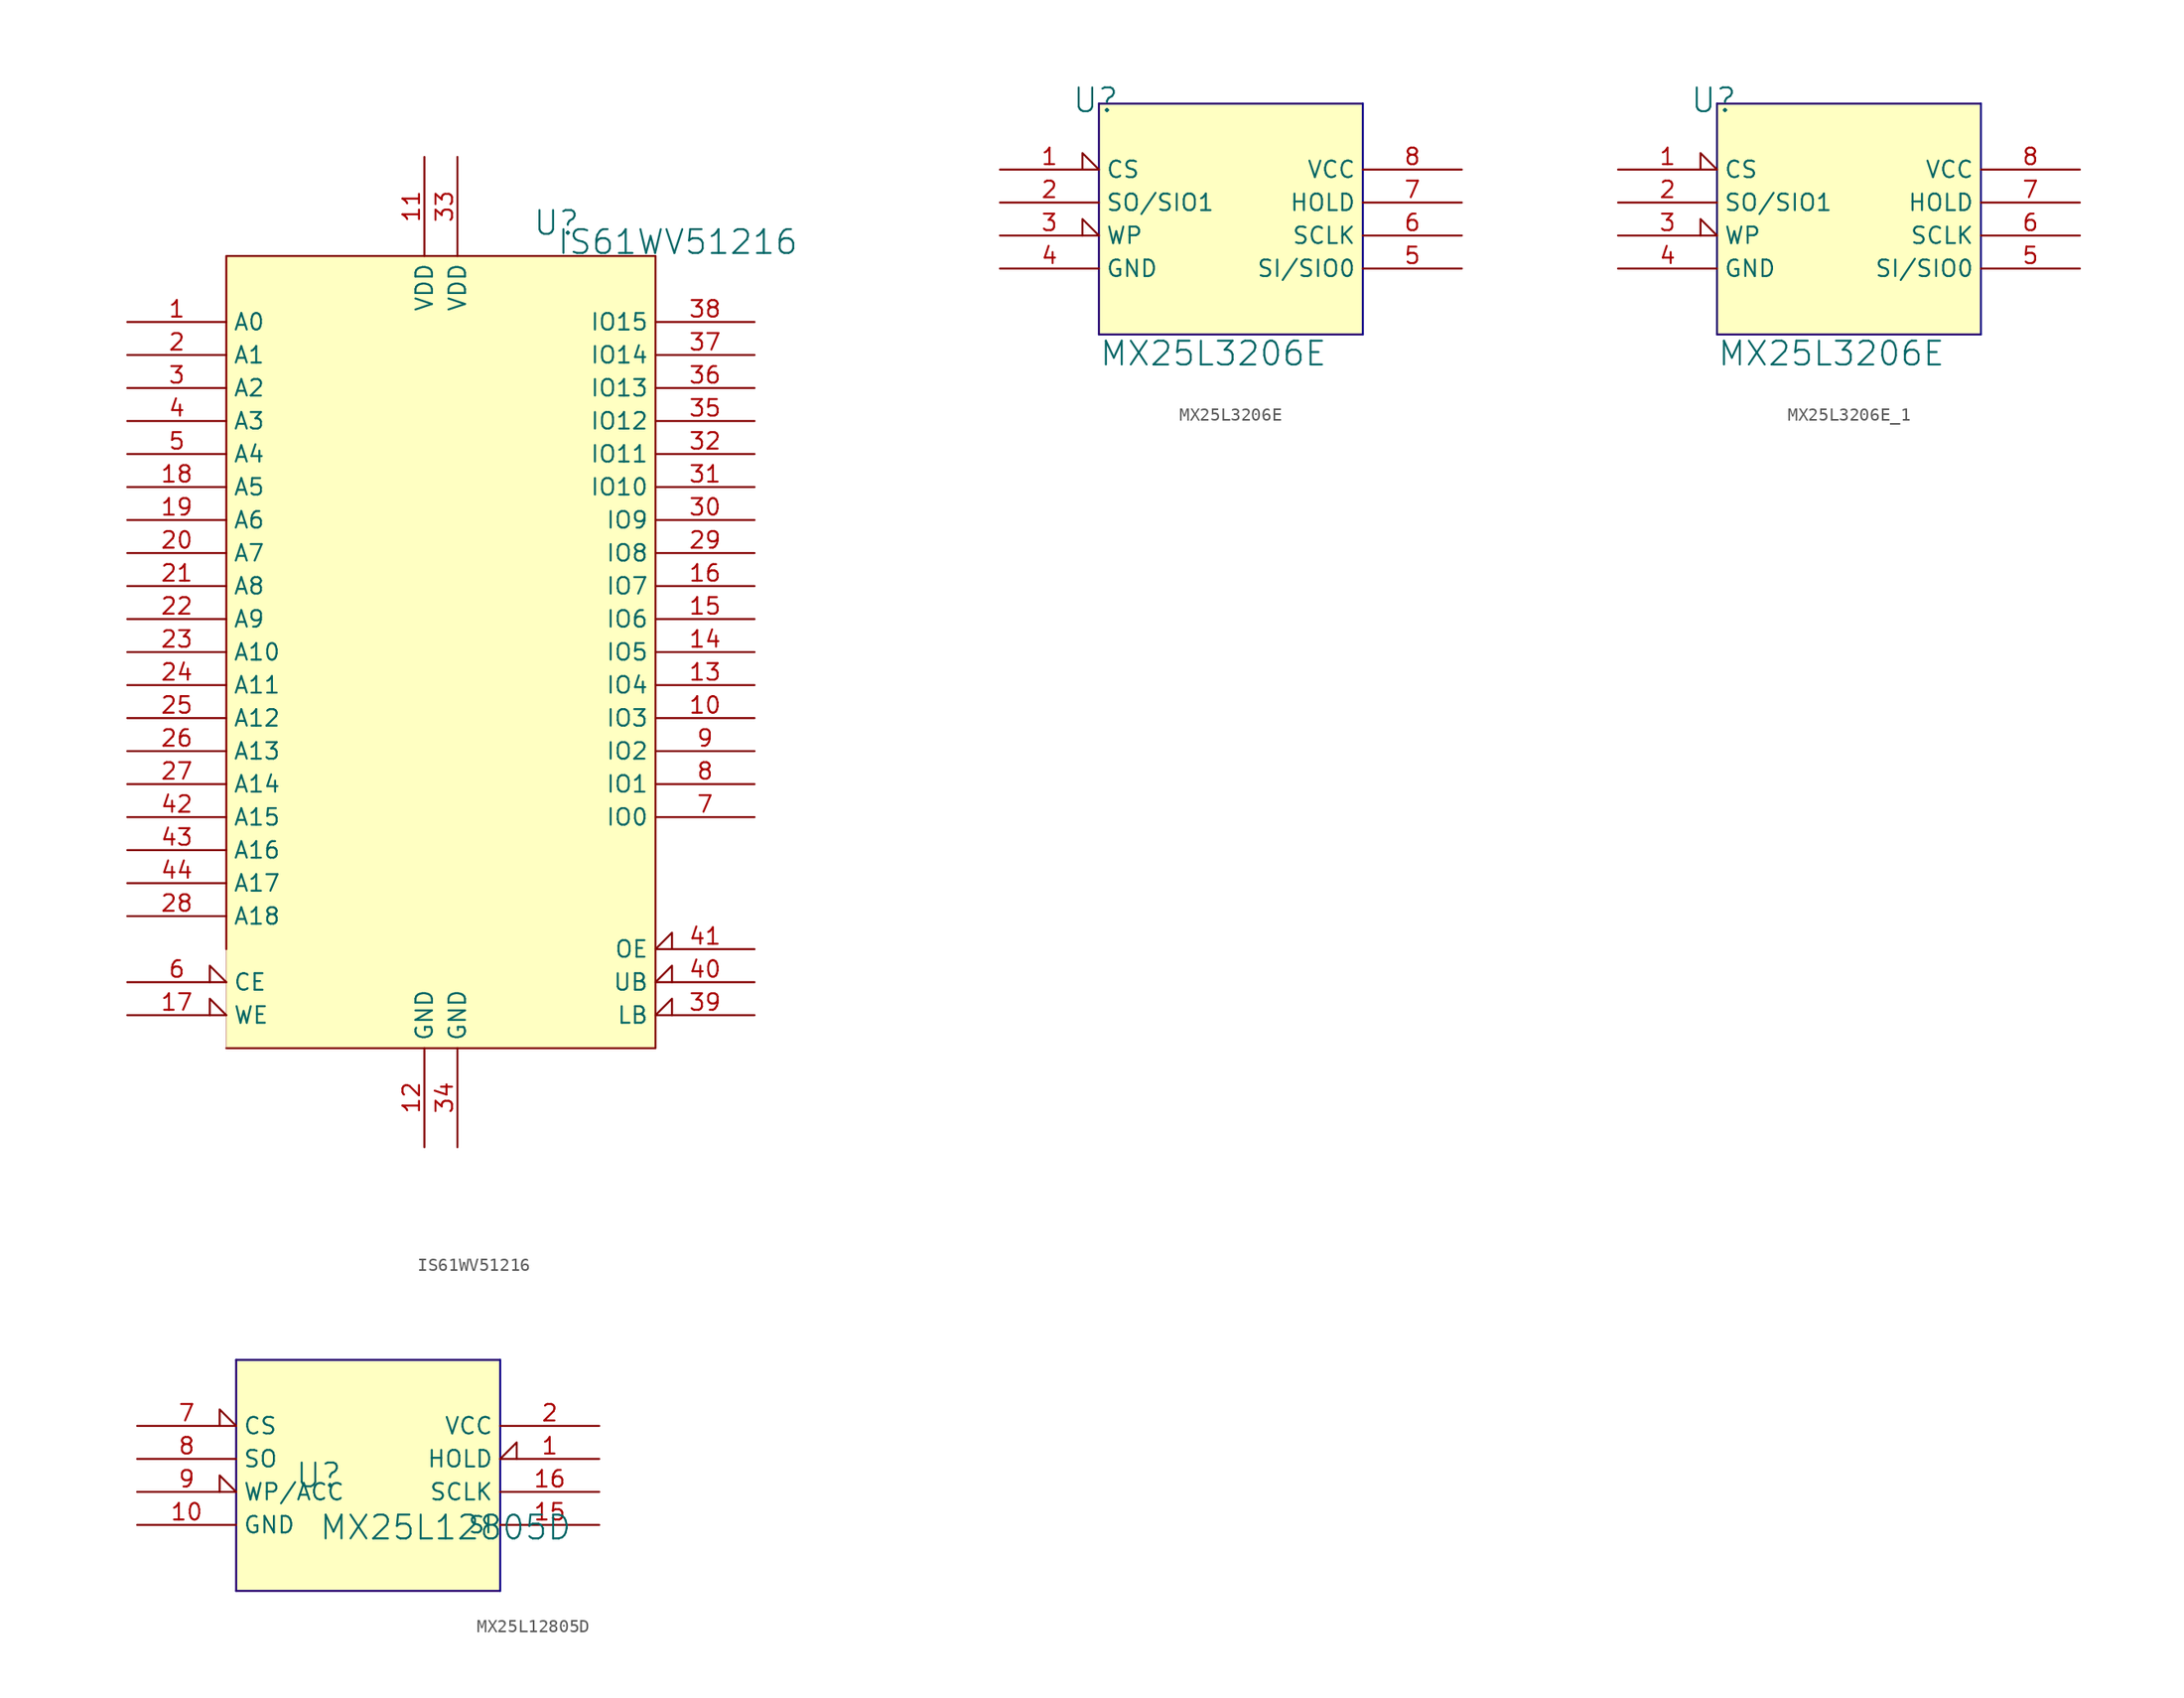
<source format=kicad_sym>
(kicad_symbol_lib
  (version 20241209)
  (generator "kicad_symbol_editor")
  (generator_version "9.0")
  (symbol "IS61WV51216"
    (property "Reference" "U"
      (at -25.4 53.34 0)
      (effects (font (size 1.829 1.829))))
    (property "Value" "IS61WV51216"
      (at -25.4 50.8 0)
      (effects (font (size 1.829 1.829)) (justify left bottom)))
    (symbol "IS61WV51216_1_0"
      (polyline (pts (xy -50.8 -2.54) (xy -50.8 50.8) (xy -17.78 50.8) (xy -17.78 -10.16) (xy -50.8 -10.16)) (stroke (width 0) (type solid)) (fill (type none)))
      (rectangle (start -17.78 50.8) (end -50.8 -10.16) (stroke (width 0.025) (type solid) (color 128 0 0 1)) (fill (type background)))
      (pin passive line (at -58.42 45.72 0) (length 7.62) (name "A0" (effects (font (size 1.27 1.27)))) (number "1" (effects (font (size 1.27 1.27)))))
      (pin passive line (at -58.42 43.18 0) (length 7.62) (name "A1" (effects (font (size 1.27 1.27)))) (number "2" (effects (font (size 1.27 1.27)))))
      (pin passive line (at -58.42 40.64 0) (length 7.62) (name "A2" (effects (font (size 1.27 1.27)))) (number "3" (effects (font (size 1.27 1.27)))))
      (pin passive line (at -58.42 38.1 0) (length 7.62) (name "A3" (effects (font (size 1.27 1.27)))) (number "4" (effects (font (size 1.27 1.27)))))
      (pin passive line (at -58.42 35.56 0) (length 7.62) (name "A4" (effects (font (size 1.27 1.27)))) (number "5" (effects (font (size 1.27 1.27)))))
      (pin passive line (at -58.42 33.02 0) (length 7.62) (name "A5" (effects (font (size 1.27 1.27)))) (number "18" (effects (font (size 1.27 1.27)))))
      (pin passive line (at -58.42 30.48 0) (length 7.62) (name "A6" (effects (font (size 1.27 1.27)))) (number "19" (effects (font (size 1.27 1.27)))))
      (pin passive line (at -58.42 27.94 0) (length 7.62) (name "A7" (effects (font (size 1.27 1.27)))) (number "20" (effects (font (size 1.27 1.27)))))
      (pin passive line (at -58.42 25.4 0) (length 7.62) (name "A8" (effects (font (size 1.27 1.27)))) (number "21" (effects (font (size 1.27 1.27)))))
      (pin passive line (at -58.42 22.86 0) (length 7.62) (name "A9" (effects (font (size 1.27 1.27)))) (number "22" (effects (font (size 1.27 1.27)))))
      (pin passive line (at -58.42 20.32 0) (length 7.62) (name "A10" (effects (font (size 1.27 1.27)))) (number "23" (effects (font (size 1.27 1.27)))))
      (pin passive line (at -58.42 17.78 0) (length 7.62) (name "A11" (effects (font (size 1.27 1.27)))) (number "24" (effects (font (size 1.27 1.27)))))
      (pin passive line (at -58.42 15.24 0) (length 7.62) (name "A12" (effects (font (size 1.27 1.27)))) (number "25" (effects (font (size 1.27 1.27)))))
      (pin passive line (at -58.42 12.7 0) (length 7.62) (name "A13" (effects (font (size 1.27 1.27)))) (number "26" (effects (font (size 1.27 1.27)))))
      (pin passive line (at -58.42 10.16 0) (length 7.62) (name "A14" (effects (font (size 1.27 1.27)))) (number "27" (effects (font (size 1.27 1.27)))))
      (pin passive line (at -58.42 7.62 0) (length 7.62) (name "A15" (effects (font (size 1.27 1.27)))) (number "42" (effects (font (size 1.27 1.27)))))
      (pin passive line (at -58.42 5.08 0) (length 7.62) (name "A16" (effects (font (size 1.27 1.27)))) (number "43" (effects (font (size 1.27 1.27)))))
      (pin passive line (at -58.42 2.54 0) (length 7.62) (name "A17" (effects (font (size 1.27 1.27)))) (number "44" (effects (font (size 1.27 1.27)))))
      (pin passive line (at -58.42 0 0) (length 7.62) (name "A18" (effects (font (size 1.27 1.27)))) (number "28" (effects (font (size 1.27 1.27)))))
      (pin passive input_low (at -58.42 -5.08 0) (length 7.62) (name "CE" (effects (font (size 1.27 1.27)))) (number "6" (effects (font (size 1.27 1.27)))))
      (pin passive input_low (at -58.42 -7.62 0) (length 7.62) (name "WE" (effects (font (size 1.27 1.27)))) (number "17" (effects (font (size 1.27 1.27)))))
      (pin passive line (at -35.56 58.42 270) (length 7.62) (name "VDD" (effects (font (size 1.27 1.27)))) (number "11" (effects (font (size 1.27 1.27)))))
      (pin passive line (at -35.56 -17.78 90) (length 7.62) (name "GND" (effects (font (size 1.27 1.27)))) (number "12" (effects (font (size 1.27 1.27)))))
      (pin passive line (at -33.02 58.42 270) (length 7.62) (name "VDD" (effects (font (size 1.27 1.27)))) (number "33" (effects (font (size 1.27 1.27)))))
      (pin passive line (at -33.02 -17.78 90) (length 7.62) (name "GND" (effects (font (size 1.27 1.27)))) (number "34" (effects (font (size 1.27 1.27)))))
      (pin passive line (at -10.16 45.72 180) (length 7.62) (name "IO15" (effects (font (size 1.27 1.27)))) (number "38" (effects (font (size 1.27 1.27)))))
      (pin passive line (at -10.16 43.18 180) (length 7.62) (name "IO14" (effects (font (size 1.27 1.27)))) (number "37" (effects (font (size 1.27 1.27)))))
      (pin passive line (at -10.16 40.64 180) (length 7.62) (name "IO13" (effects (font (size 1.27 1.27)))) (number "36" (effects (font (size 1.27 1.27)))))
      (pin passive line (at -10.16 38.1 180) (length 7.62) (name "IO12" (effects (font (size 1.27 1.27)))) (number "35" (effects (font (size 1.27 1.27)))))
      (pin passive line (at -10.16 35.56 180) (length 7.62) (name "IO11" (effects (font (size 1.27 1.27)))) (number "32" (effects (font (size 1.27 1.27)))))
      (pin passive line (at -10.16 33.02 180) (length 7.62) (name "IO10" (effects (font (size 1.27 1.27)))) (number "31" (effects (font (size 1.27 1.27)))))
      (pin passive line (at -10.16 30.48 180) (length 7.62) (name "IO9" (effects (font (size 1.27 1.27)))) (number "30" (effects (font (size 1.27 1.27)))))
      (pin passive line (at -10.16 27.94 180) (length 7.62) (name "IO8" (effects (font (size 1.27 1.27)))) (number "29" (effects (font (size 1.27 1.27)))))
      (pin passive line (at -10.16 25.4 180) (length 7.62) (name "IO7" (effects (font (size 1.27 1.27)))) (number "16" (effects (font (size 1.27 1.27)))))
      (pin passive line (at -10.16 22.86 180) (length 7.62) (name "IO6" (effects (font (size 1.27 1.27)))) (number "15" (effects (font (size 1.27 1.27)))))
      (pin passive line (at -10.16 20.32 180) (length 7.62) (name "IO5" (effects (font (size 1.27 1.27)))) (number "14" (effects (font (size 1.27 1.27)))))
      (pin passive line (at -10.16 17.78 180) (length 7.62) (name "IO4" (effects (font (size 1.27 1.27)))) (number "13" (effects (font (size 1.27 1.27)))))
      (pin passive line (at -10.16 15.24 180) (length 7.62) (name "IO3" (effects (font (size 1.27 1.27)))) (number "10" (effects (font (size 1.27 1.27)))))
      (pin passive line (at -10.16 12.7 180) (length 7.62) (name "IO2" (effects (font (size 1.27 1.27)))) (number "9" (effects (font (size 1.27 1.27)))))
      (pin passive line (at -10.16 10.16 180) (length 7.62) (name "IO1" (effects (font (size 1.27 1.27)))) (number "8" (effects (font (size 1.27 1.27)))))
      (pin passive line (at -10.16 7.62 180) (length 7.62) (name "IO0" (effects (font (size 1.27 1.27)))) (number "7" (effects (font (size 1.27 1.27)))))
      (pin passive input_low (at -10.16 -2.54 180) (length 7.62) (name "OE" (effects (font (size 1.27 1.27)))) (number "41" (effects (font (size 1.27 1.27)))))
      (pin passive input_low (at -10.16 -5.08 180) (length 7.62) (name "UB" (effects (font (size 1.27 1.27)))) (number "40" (effects (font (size 1.27 1.27)))))
      (pin passive input_low (at -10.16 -7.62 180) (length 7.62) (name "LB" (effects (font (size 1.27 1.27)))) (number "39" (effects (font (size 1.27 1.27)))))
      (pin passive line (at -5.08 45.72 180) (length 7.62) (hide yes) (name "48" (effects (font (size 1.27 1.27)))) (number "48" (effects (font (size 1.27 1.27)))))
      (pin passive line (at -5.08 43.18 180) (length 7.62) (hide yes) (name "47" (effects (font (size 1.27 1.27)))) (number "47" (effects (font (size 1.27 1.27)))))
      (pin passive line (at -5.08 40.64 180) (length 7.62) (hide yes) (name "46" (effects (font (size 1.27 1.27)))) (number "46" (effects (font (size 1.27 1.27)))))
      (pin passive line (at -5.08 38.1 180) (length 7.62) (hide yes) (name "45" (effects (font (size 1.27 1.27)))) (number "45" (effects (font (size 1.27 1.27)))))))
  (symbol "MX25L3206E"
    (property "Reference" "U"
      (at -7.874 10.414 0)
      (effects (font (size 1.829 1.829))))
    (property "Value" "MX25L3206E"
      (at -7.62 -10.16 0)
      (effects (font (size 1.829 1.829)) (justify left bottom)))
    (symbol "MX25L3206E_1_0"
      (polyline (pts (xy -7.62 10.16) (xy 12.7 10.16)) (stroke (width 0) (type solid) (color 12 0 135 1)) (fill (type none)))
      (polyline (pts (xy -7.62 -7.62) (xy -7.62 10.16)) (stroke (width 0) (type solid) (color 12 0 135 1)) (fill (type none)))
      (polyline (pts (xy -7.62 -7.62) (xy 12.7 -7.62)) (stroke (width 0) (type solid) (color 12 0 135 1)) (fill (type none)))
      (rectangle (start 12.7 10.16) (end -7.62 -7.62) (stroke (width 0.025) (type solid) (color 128 0 0 1)) (fill (type background)))
      (polyline (pts (xy 12.7 -7.62) (xy 12.7 10.16)) (stroke (width 0) (type solid) (color 12 0 135 1)) (fill (type none)))
      (pin passive input_low (at -15.24 5.08 0) (length 7.62) (name "CS" (effects (font (size 1.27 1.27)))) (number "1" (effects (font (size 1.27 1.27)))))
      (pin passive line (at -15.24 2.54 0) (length 7.62) (name "SO/SIO1" (effects (font (size 1.27 1.27)))) (number "2" (effects (font (size 1.27 1.27)))))
      (pin passive input_low (at -15.24 0 0) (length 7.62) (name "WP" (effects (font (size 1.27 1.27)))) (number "3" (effects (font (size 1.27 1.27)))))
      (pin passive line (at -15.24 -2.54 0) (length 7.62) (name "GND" (effects (font (size 1.27 1.27)))) (number "4" (effects (font (size 1.27 1.27)))))
      (pin passive line (at 20.32 5.08 180) (length 7.62) (name "VCC" (effects (font (size 1.27 1.27)))) (number "8" (effects (font (size 1.27 1.27)))))
      (pin passive line (at 20.32 2.54 180) (length 7.62) (name "HOLD" (effects (font (size 1.27 1.27)))) (number "7" (effects (font (size 1.27 1.27)))))
      (pin passive line (at 20.32 0 180) (length 7.62) (name "SCLK" (effects (font (size 1.27 1.27)))) (number "6" (effects (font (size 1.27 1.27)))))
      (pin passive line (at 20.32 -2.54 180) (length 7.62) (name "SI/SIO0" (effects (font (size 1.27 1.27)))) (number "5" (effects (font (size 1.27 1.27)))))))
  (symbol "MX25L3206E_1"
    (property "Reference" "U"
      (at -7.874 10.414 0)
      (effects (font (size 1.829 1.829))))
    (property "Value" "MX25L3206E"
      (at -7.62 -10.16 0)
      (effects (font (size 1.829 1.829)) (justify left bottom)))
    (symbol "MX25L3206E_1_1_0"
      (polyline (pts (xy -7.62 10.16) (xy 12.7 10.16)) (stroke (width 0) (type solid) (color 12 0 135 1)) (fill (type none)))
      (polyline (pts (xy -7.62 -7.62) (xy -7.62 10.16)) (stroke (width 0) (type solid) (color 12 0 135 1)) (fill (type none)))
      (polyline (pts (xy -7.62 -7.62) (xy 12.7 -7.62)) (stroke (width 0) (type solid) (color 12 0 135 1)) (fill (type none)))
      (rectangle (start 12.7 10.16) (end -7.62 -7.62) (stroke (width 0.025) (type solid) (color 128 0 0 1)) (fill (type background)))
      (polyline (pts (xy 12.7 -7.62) (xy 12.7 10.16)) (stroke (width 0) (type solid) (color 12 0 135 1)) (fill (type none)))
      (pin passive input_low (at -15.24 5.08 0) (length 7.62) (name "CS" (effects (font (size 1.27 1.27)))) (number "1" (effects (font (size 1.27 1.27)))))
      (pin passive line (at -15.24 2.54 0) (length 7.62) (name "SO/SIO1" (effects (font (size 1.27 1.27)))) (number "2" (effects (font (size 1.27 1.27)))))
      (pin passive input_low (at -15.24 0 0) (length 7.62) (name "WP" (effects (font (size 1.27 1.27)))) (number "3" (effects (font (size 1.27 1.27)))))
      (pin passive line (at -15.24 -2.54 0) (length 7.62) (name "GND" (effects (font (size 1.27 1.27)))) (number "4" (effects (font (size 1.27 1.27)))))
      (pin passive line (at 20.32 5.08 180) (length 7.62) (name "VCC" (effects (font (size 1.27 1.27)))) (number "8" (effects (font (size 1.27 1.27)))))
      (pin passive line (at 20.32 2.54 180) (length 7.62) (name "HOLD" (effects (font (size 1.27 1.27)))) (number "7" (effects (font (size 1.27 1.27)))))
      (pin passive line (at 20.32 0 180) (length 7.62) (name "SCLK" (effects (font (size 1.27 1.27)))) (number "6" (effects (font (size 1.27 1.27)))))
      (pin passive line (at 20.32 -2.54 180) (length 7.62) (name "SI/SIO0" (effects (font (size 1.27 1.27)))) (number "5" (effects (font (size 1.27 1.27)))))))
  (symbol "MX25L12805D"
    (property "Reference" "U"
      (at -1.27 1.27 0)
      (effects (font (size 1.829 1.829))))
    (property "Value" "MX25L12805D"
      (at -1.27 -3.81 0)
      (effects (font (size 1.829 1.829)) (justify left bottom)))
    (symbol "MX25L12805D_1_0"
      (polyline (pts (xy -7.62 10.16) (xy 12.7 10.16)) (stroke (width 0) (type solid) (color 12 0 135 1)) (fill (type none)))
      (polyline (pts (xy -7.62 -7.62) (xy -7.62 10.16)) (stroke (width 0) (type solid) (color 12 0 135 1)) (fill (type none)))
      (polyline (pts (xy -7.62 -7.62) (xy 12.7 -7.62)) (stroke (width 0) (type solid) (color 12 0 135 1)) (fill (type none)))
      (rectangle (start 12.7 10.16) (end -7.62 -7.62) (stroke (width 0.025) (type solid) (color 128 0 0 1)) (fill (type background)))
      (polyline (pts (xy 12.7 -7.62) (xy 12.7 10.16)) (stroke (width 0) (type solid) (color 12 0 135 1)) (fill (type none)))
      (pin passive input_low (at -15.24 5.08 0) (length 7.62) (name "CS" (effects (font (size 1.27 1.27)))) (number "7" (effects (font (size 1.27 1.27)))))
      (pin passive line (at -15.24 2.54 0) (length 7.62) (name "SO" (effects (font (size 1.27 1.27)))) (number "8" (effects (font (size 1.27 1.27)))))
      (pin passive input_low (at -15.24 0 0) (length 7.62) (name "WP/ACC" (effects (font (size 1.27 1.27)))) (number "9" (effects (font (size 1.27 1.27)))))
      (pin passive line (at -15.24 -2.54 0) (length 7.62) (name "GND" (effects (font (size 1.27 1.27)))) (number "10" (effects (font (size 1.27 1.27)))))
      (pin passive line (at 20.32 5.08 180) (length 7.62) (name "VCC" (effects (font (size 1.27 1.27)))) (number "2" (effects (font (size 1.27 1.27)))))
      (pin passive input_low (at 20.32 2.54 180) (length 7.62) (name "HOLD" (effects (font (size 1.27 1.27)))) (number "1" (effects (font (size 1.27 1.27)))))
      (pin passive line (at 20.32 0 180) (length 7.62) (name "SCLK" (effects (font (size 1.27 1.27)))) (number "16" (effects (font (size 1.27 1.27)))))
      (pin passive line (at 20.32 -2.54 180) (length 7.62) (name "SI" (effects (font (size 1.27 1.27)))) (number "15" (effects (font (size 1.27 1.27)))))
      (pin passive line (at 35.56 5.08 180) (length 7.62) (hide yes) (name "NC" (effects (font (size 1.27 1.27)))) (number "3" (effects (font (size 1.27 1.27)))))
      (pin passive line (at 35.56 2.54 180) (length 7.62) (hide yes) (name "NC" (effects (font (size 1.27 1.27)))) (number "4" (effects (font (size 1.27 1.27)))))
      (pin passive line (at 35.56 0 180) (length 7.62) (hide yes) (name "NC" (effects (font (size 1.27 1.27)))) (number "5" (effects (font (size 1.27 1.27)))))
      (pin passive line (at 35.56 -2.54 180) (length 7.62) (hide yes) (name "NC" (effects (font (size 1.27 1.27)))) (number "6" (effects (font (size 1.27 1.27)))))
      (pin passive line (at 45.72 5.08 180) (length 7.62) (hide yes) (name "NC" (effects (font (size 1.27 1.27)))) (number "11" (effects (font (size 1.27 1.27)))))
      (pin passive line (at 45.72 2.54 180) (length 7.62) (hide yes) (name "NC" (effects (font (size 1.27 1.27)))) (number "12" (effects (font (size 1.27 1.27)))))
      (pin passive line (at 45.72 0 180) (length 7.62) (hide yes) (name "NC" (effects (font (size 1.27 1.27)))) (number "13" (effects (font (size 1.27 1.27)))))
      (pin passive line (at 45.72 -2.54 180) (length 7.62) (hide yes) (name "NC" (effects (font (size 1.27 1.27)))) (number "14" (effects (font (size 1.27 1.27))))))))
</source>
